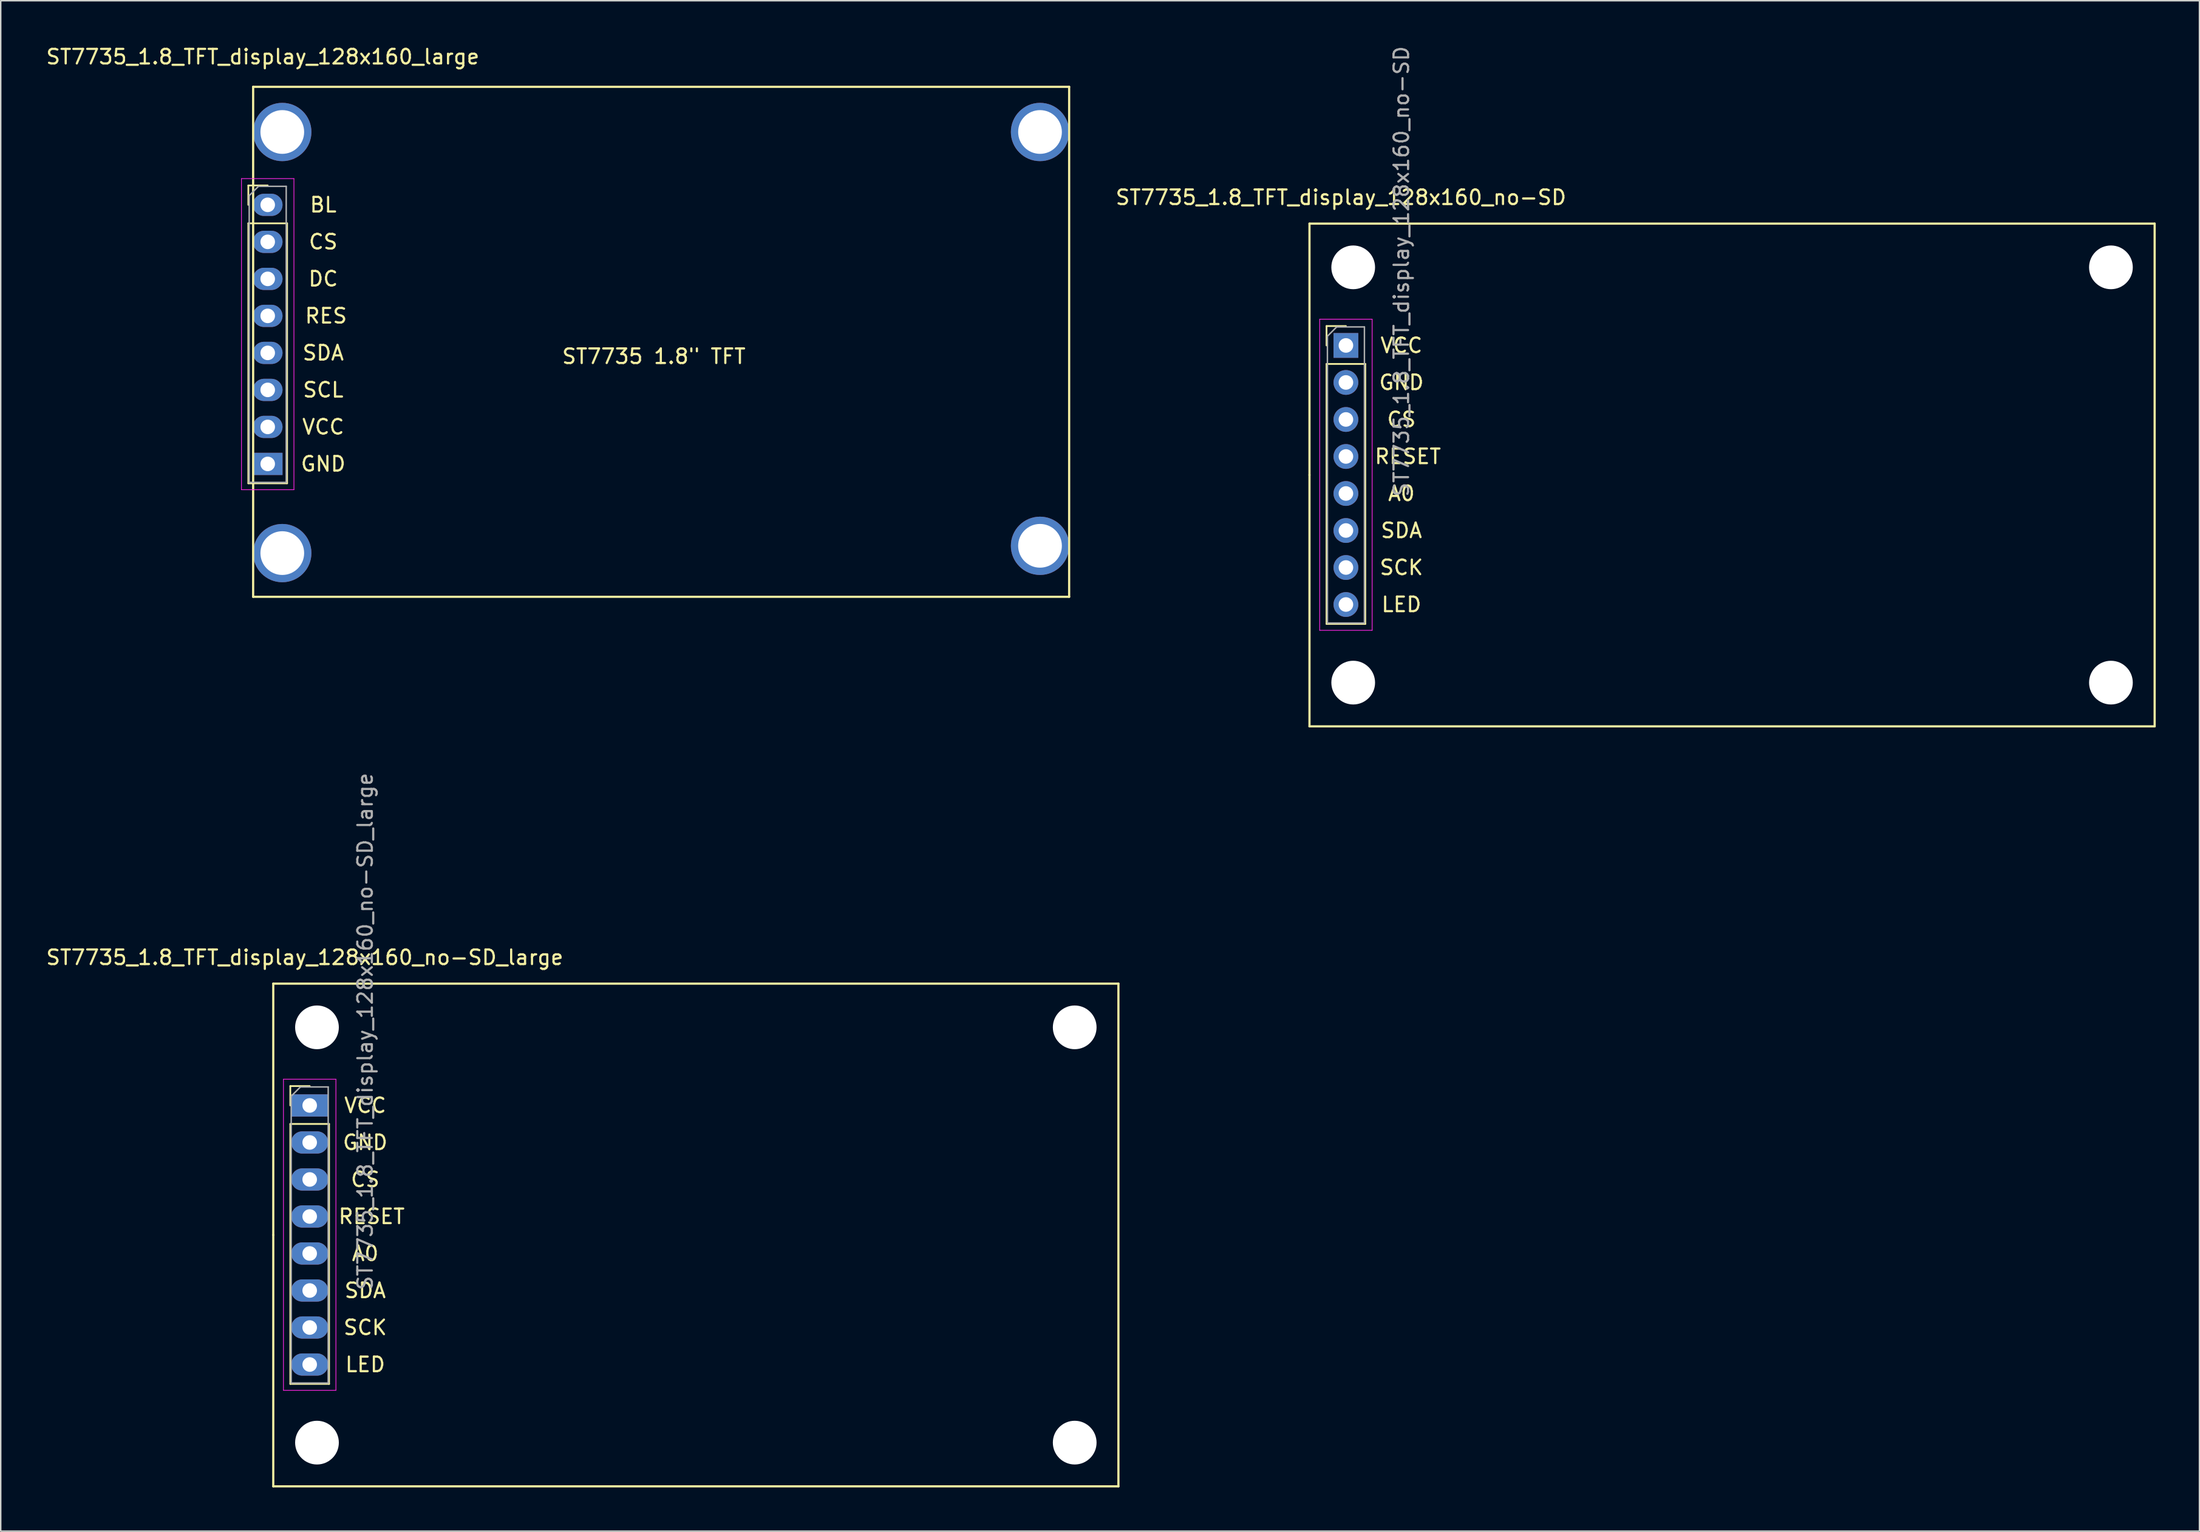
<source format=kicad_pcb>
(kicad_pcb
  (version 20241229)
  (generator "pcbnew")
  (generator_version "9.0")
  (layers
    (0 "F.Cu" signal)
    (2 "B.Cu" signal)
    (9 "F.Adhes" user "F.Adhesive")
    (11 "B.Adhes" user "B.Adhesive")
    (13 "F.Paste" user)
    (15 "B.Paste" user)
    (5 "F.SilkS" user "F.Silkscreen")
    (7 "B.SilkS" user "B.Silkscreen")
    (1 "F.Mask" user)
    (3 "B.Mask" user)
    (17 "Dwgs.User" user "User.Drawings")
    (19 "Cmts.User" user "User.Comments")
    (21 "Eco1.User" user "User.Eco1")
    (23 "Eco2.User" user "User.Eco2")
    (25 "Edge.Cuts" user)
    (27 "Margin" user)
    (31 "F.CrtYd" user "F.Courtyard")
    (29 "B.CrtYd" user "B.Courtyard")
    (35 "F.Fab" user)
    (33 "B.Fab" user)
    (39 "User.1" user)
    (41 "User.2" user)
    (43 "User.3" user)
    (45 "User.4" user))
  (footprint "ST7735_1.8_TFT_display_128x160_large"
    (layer "F.Cu")
    (at 15.322 11.008)
    (property "Reference" "ST7735_1.8_TFT_display_128x160_large" (at -0.34 -10.16 0) (layer "F.SilkS") (effects (font (size 1 1) (thickness 0.15))))
    (attr through_hole)
    (fp_line (start -1.33 -1.33) (end 0 -1.33) (stroke (width 0.12) (type solid)) (layer "F.SilkS"))
    (fp_line (start -1.33 0) (end -1.33 -1.33) (stroke (width 0.12) (type solid)) (layer "F.SilkS"))
    (fp_line (start -1.33 1.27) (end -1.33 19.11) (stroke (width 0.12) (type solid)) (layer "F.SilkS"))
    (fp_line (start -1.33 1.27) (end 1.33 1.27) (stroke (width 0.12) (type solid)) (layer "F.SilkS"))
    (fp_line (start -1.33 19.11) (end 1.33 19.11) (stroke (width 0.12) (type solid)) (layer "F.SilkS"))
    (fp_line (start -1 -8.1) (end -1 26.9) (stroke (width 0.15) (type solid)) (layer "F.SilkS"))
    (fp_line (start -1 -8.1) (end 55 -8.1) (stroke (width 0.15) (type solid)) (layer "F.SilkS"))
    (fp_line (start 1.33 1.27) (end 1.33 19.11) (stroke (width 0.12) (type solid)) (layer "F.SilkS"))
    (fp_line (start 55 -8.1) (end 55 26.9) (stroke (width 0.15) (type solid)) (layer "F.SilkS"))
    (fp_line (start 55 26.9) (end -1 26.9) (stroke (width 0.15) (type solid)) (layer "F.SilkS"))
    (fp_line (start -1.8 -1.8) (end -1.8 19.55) (stroke (width 0.05) (type solid)) (layer "F.CrtYd"))
    (fp_line (start -1.8 19.55) (end 1.8 19.55) (stroke (width 0.05) (type solid)) (layer "F.CrtYd"))
    (fp_line (start 1.8 -1.8) (end -1.8 -1.8) (stroke (width 0.05) (type solid)) (layer "F.CrtYd"))
    (fp_line (start 1.8 19.55) (end 1.8 -1.8) (stroke (width 0.05) (type solid)) (layer "F.CrtYd"))
    (fp_line (start -1.27 -0.635) (end -0.635 -1.27) (stroke (width 0.1) (type solid)) (layer "F.Fab"))
    (fp_line (start -1.27 19.05) (end -1.27 -0.635) (stroke (width 0.1) (type solid)) (layer "F.Fab"))
    (fp_line (start -0.635 -1.27) (end 1.27 -1.27) (stroke (width 0.1) (type solid)) (layer "F.Fab"))
    (fp_line (start 1.27 -1.27) (end 1.27 19.05) (stroke (width 0.1) (type solid)) (layer "F.Fab"))
    (fp_line (start 1.27 19.05) (end -1.27 19.05) (stroke (width 0.1) (type solid)) (layer "F.Fab"))
    (fp_text user "RES" (at 4 7.62 0) (layer "F.SilkS") (effects (font (size 1 1) (thickness 0.15))))
    (fp_text user "ST7735 1.8\" TFT" (at 26.5 10.4 0) (unlocked yes) (layer "F.SilkS") (effects (font (size 1 1) (thickness 0.15))))
    (fp_text user "SDA" (at 3.81 10.16 0) (layer "F.SilkS") (effects (font (size 1 1) (thickness 0.15))))
    (fp_text user "DC" (at 3.81 5.08 0) (layer "F.SilkS") (effects (font (size 1 1) (thickness 0.15))))
    (fp_text user "CS" (at 3.81 2.54 0) (layer "F.SilkS") (effects (font (size 1 1) (thickness 0.15))))
    (fp_text user "SCL" (at 3.81 12.7 0) (layer "F.SilkS") (effects (font (size 1 1) (thickness 0.15))))
    (fp_text user "VCC" (at 3.81 15.24 0) (layer "F.SilkS") (effects (font (size 1 1) (thickness 0.15))))
    (fp_text user "BL" (at 3.81 0 0) (layer "F.SilkS") (effects (font (size 1 1) (thickness 0.15))))
    (fp_text user "GND" (at 3.81 17.78 0) (layer "F.SilkS") (effects (font (size 1 1) (thickness 0.15))))
    (pad "" np_thru_hole circle (at 1 -5) (size 4 4) (drill 3) (layers "*.Cu" "*.Mask"))
    (pad "" np_thru_hole circle (at 1 23.9) (size 4 4) (drill 3) (layers "*.Cu" "*.Mask"))
    (pad "" np_thru_hole circle (at 53 -5) (size 4 4) (drill 3) (layers "*.Cu" "*.Mask"))
    (pad "" np_thru_hole circle (at 53 23.4) (size 4 4) (drill 3) (layers "*.Cu" "*.Mask"))
    (pad "1" thru_hole rect (at 0 17.78) (size 2.032 1.524) (drill 1) (layers "*.Cu" "*.Mask"))
    (pad "2" thru_hole oval (at 0 15.24) (size 2.032 1.524) (drill 1) (layers "*.Cu" "*.Mask"))
    (pad "3" thru_hole oval (at 0 12.7) (size 2.032 1.524) (drill 1) (layers "*.Cu" "*.Mask"))
    (pad "4" thru_hole oval (at 0 10.16) (size 2.032 1.524) (drill 1) (layers "*.Cu" "*.Mask"))
    (pad "5" thru_hole oval (at 0 7.62) (size 2.032 1.524) (drill 1) (layers "*.Cu" "*.Mask"))
    (pad "6" thru_hole oval (at 0 5.08) (size 2.032 1.524) (drill 1) (layers "*.Cu" "*.Mask"))
    (pad "7" thru_hole oval (at 0 2.54) (size 2.032 1.524) (drill 1) (layers "*.Cu" "*.Mask"))
    (pad "8" thru_hole oval (at 0 0) (size 2.032 1.524) (drill 1) (layers "*.Cu" "*.Mask")))
  (footprint "ST7735_1.8_TFT_display_128x160_no-SD"
    (layer "F.Cu")
    (at 89.315 20.657)
    (property "Reference" "ST7735_1.8_TFT_display_128x160_no-SD" (at -0.34 -10.16 0) (layer "F.SilkS") (effects (font (size 1 1) (thickness 0.15))))
    (attr through_hole)
    (fp_line (start -2.5 8.89) (end -2.5 -8.36) (stroke (width 0.15) (type solid)) (layer "F.SilkS"))
    (fp_line (start -2.5 8.89) (end -2.5 26.14) (stroke (width 0.15) (type solid)) (layer "F.SilkS"))
    (fp_line (start -2.5 26.14) (end 55.5 26.14) (stroke (width 0.15) (type solid)) (layer "F.SilkS"))
    (fp_line (start -1.33 -1.33) (end 0 -1.33) (stroke (width 0.12) (type solid)) (layer "F.SilkS"))
    (fp_line (start -1.33 0) (end -1.33 -1.33) (stroke (width 0.12) (type solid)) (layer "F.SilkS"))
    (fp_line (start -1.33 1.27) (end -1.33 19.11) (stroke (width 0.12) (type solid)) (layer "F.SilkS"))
    (fp_line (start -1.33 1.27) (end 1.33 1.27) (stroke (width 0.12) (type solid)) (layer "F.SilkS"))
    (fp_line (start -1.33 19.11) (end 1.33 19.11) (stroke (width 0.12) (type solid)) (layer "F.SilkS"))
    (fp_line (start 1.33 1.27) (end 1.33 19.11) (stroke (width 0.12) (type solid)) (layer "F.SilkS"))
    (fp_line (start 55.5 -8.36) (end -2.5 -8.36) (stroke (width 0.15) (type solid)) (layer "F.SilkS"))
    (fp_line (start 55.5 26.14) (end 55.5 -8.36) (stroke (width 0.15) (type solid)) (layer "F.SilkS"))
    (fp_line (start -1.8 -1.8) (end -1.8 19.55) (stroke (width 0.05) (type solid)) (layer "F.CrtYd"))
    (fp_line (start -1.8 19.55) (end 1.8 19.55) (stroke (width 0.05) (type solid)) (layer "F.CrtYd"))
    (fp_line (start 1.8 -1.8) (end -1.8 -1.8) (stroke (width 0.05) (type solid)) (layer "F.CrtYd"))
    (fp_line (start 1.8 19.55) (end 1.8 -1.8) (stroke (width 0.05) (type solid)) (layer "F.CrtYd"))
    (fp_line (start -1.27 -0.635) (end -0.635 -1.27) (stroke (width 0.1) (type solid)) (layer "F.Fab"))
    (fp_line (start -1.27 19.05) (end -1.27 -0.635) (stroke (width 0.1) (type solid)) (layer "F.Fab"))
    (fp_line (start -0.635 -1.27) (end 1.27 -1.27) (stroke (width 0.1) (type solid)) (layer "F.Fab"))
    (fp_line (start 1.27 -1.27) (end 1.27 19.05) (stroke (width 0.1) (type solid)) (layer "F.Fab"))
    (fp_line (start 1.27 19.05) (end -1.27 19.05) (stroke (width 0.1) (type solid)) (layer "F.Fab"))
    (fp_text user "SDA" (at 3.81 12.7 0) (layer "F.SilkS") (effects (font (size 1 1) (thickness 0.15))))
    (fp_text user "SCK" (at 3.81 15.24 0) (layer "F.SilkS") (effects (font (size 1 1) (thickness 0.15))))
    (fp_text user "RESET" (at 4.25 7.62 0) (layer "F.SilkS") (effects (font (size 1 1) (thickness 0.15))))
    (fp_text user "CS" (at 3.81 5.08 0) (layer "F.SilkS") (effects (font (size 1 1) (thickness 0.15))))
    (fp_text user "LED" (at 3.81 17.78 0) (layer "F.SilkS") (effects (font (size 1 1) (thickness 0.15))))
    (fp_text user "A0" (at 3.81 10.16 0) (layer "F.SilkS") (effects (font (size 1 1) (thickness 0.15))))
    (fp_text user "GND" (at 3.81 2.54 0) (layer "F.SilkS") (effects (font (size 1 1) (thickness 0.15))))
    (fp_text user "VCC" (at 3.81 0 0) (layer "F.SilkS") (effects (font (size 1 1) (thickness 0.15))))
    (fp_text user "${REFERENCE}" (at 3.81 -5.08 90) (layer "F.Fab") (effects (font (size 1 1) (thickness 0.15))))
    (pad "" np_thru_hole oval (at 0.5 -5.36) (size 3 3) (drill 3) (layers "*.Cu" "*.Mask"))
    (pad "" np_thru_hole oval (at 0.5 23.14) (size 3 3) (drill 3) (layers "*.Cu" "*.Mask"))
    (pad "" np_thru_hole oval (at 52.5 -5.36) (size 3 3) (drill 3) (layers "*.Cu" "*.Mask"))
    (pad "" np_thru_hole oval (at 52.5 23.14) (size 3 3) (drill 3) (layers "*.Cu" "*.Mask"))
    (pad "1" thru_hole rect (at 0 0) (size 1.7 1.7) (drill 1) (layers "*.Cu" "*.Mask"))
    (pad "2" thru_hole oval (at 0 2.54) (size 1.7 1.7) (drill 1) (layers "*.Cu" "*.Mask"))
    (pad "3" thru_hole oval (at 0 5.08) (size 1.7 1.7) (drill 1) (layers "*.Cu" "*.Mask"))
    (pad "4" thru_hole oval (at 0 7.62) (size 1.7 1.7) (drill 1) (layers "*.Cu" "*.Mask"))
    (pad "5" thru_hole oval (at 0 10.16) (size 1.7 1.7) (drill 1) (layers "*.Cu" "*.Mask"))
    (pad "6" thru_hole oval (at 0 12.7) (size 1.7 1.7) (drill 1) (layers "*.Cu" "*.Mask"))
    (pad "7" thru_hole oval (at 0 15.24) (size 1.7 1.7) (drill 1) (layers "*.Cu" "*.Mask"))
    (pad "8" thru_hole oval (at 0 17.78) (size 1.7 1.7) (drill 1) (layers "*.Cu" "*.Mask")))
  (footprint "ST7735_1.8_TFT_display_128x160_no-SD_large"
    (layer "F.Cu")
    (at 18.203 72.815)
    (property "Reference" "ST7735_1.8_TFT_display_128x160_no-SD_large" (at -0.34 -10.16 0) (layer "F.SilkS") (effects (font (size 1 1) (thickness 0.15))))
    (attr through_hole)
    (fp_line (start -2.5 8.89) (end -2.5 -8.36) (stroke (width 0.15) (type solid)) (layer "F.SilkS"))
    (fp_line (start -2.5 8.89) (end -2.5 26.14) (stroke (width 0.15) (type solid)) (layer "F.SilkS"))
    (fp_line (start -2.5 26.14) (end 55.5 26.14) (stroke (width 0.15) (type solid)) (layer "F.SilkS"))
    (fp_line (start -1.33 -1.33) (end 0 -1.33) (stroke (width 0.12) (type solid)) (layer "F.SilkS"))
    (fp_line (start -1.33 0) (end -1.33 -1.33) (stroke (width 0.12) (type solid)) (layer "F.SilkS"))
    (fp_line (start -1.33 1.27) (end -1.33 19.11) (stroke (width 0.12) (type solid)) (layer "F.SilkS"))
    (fp_line (start -1.33 1.27) (end 1.33 1.27) (stroke (width 0.12) (type solid)) (layer "F.SilkS"))
    (fp_line (start -1.33 19.11) (end 1.33 19.11) (stroke (width 0.12) (type solid)) (layer "F.SilkS"))
    (fp_line (start 1.33 1.27) (end 1.33 19.11) (stroke (width 0.12) (type solid)) (layer "F.SilkS"))
    (fp_line (start 55.5 -8.36) (end -2.5 -8.36) (stroke (width 0.15) (type solid)) (layer "F.SilkS"))
    (fp_line (start 55.5 26.14) (end 55.5 -8.36) (stroke (width 0.15) (type solid)) (layer "F.SilkS"))
    (fp_line (start -1.8 -1.8) (end -1.8 19.55) (stroke (width 0.05) (type solid)) (layer "F.CrtYd"))
    (fp_line (start -1.8 19.55) (end 1.8 19.55) (stroke (width 0.05) (type solid)) (layer "F.CrtYd"))
    (fp_line (start 1.8 -1.8) (end -1.8 -1.8) (stroke (width 0.05) (type solid)) (layer "F.CrtYd"))
    (fp_line (start 1.8 19.55) (end 1.8 -1.8) (stroke (width 0.05) (type solid)) (layer "F.CrtYd"))
    (fp_line (start -1.27 -0.635) (end -0.635 -1.27) (stroke (width 0.1) (type solid)) (layer "F.Fab"))
    (fp_line (start -1.27 19.05) (end -1.27 -0.635) (stroke (width 0.1) (type solid)) (layer "F.Fab"))
    (fp_line (start -0.635 -1.27) (end 1.27 -1.27) (stroke (width 0.1) (type solid)) (layer "F.Fab"))
    (fp_line (start 1.27 -1.27) (end 1.27 19.05) (stroke (width 0.1) (type solid)) (layer "F.Fab"))
    (fp_line (start 1.27 19.05) (end -1.27 19.05) (stroke (width 0.1) (type solid)) (layer "F.Fab"))
    (fp_text user "GND" (at 3.81 2.54 0) (layer "F.SilkS") (effects (font (size 1 1) (thickness 0.15))))
    (fp_text user "VCC" (at 3.81 0 0) (layer "F.SilkS") (effects (font (size 1 1) (thickness 0.15))))
    (fp_text user "RESET" (at 4.25 7.62 0) (layer "F.SilkS") (effects (font (size 1 1) (thickness 0.15))))
    (fp_text user "LED" (at 3.81 17.78 0) (layer "F.SilkS") (effects (font (size 1 1) (thickness 0.15))))
    (fp_text user "CS" (at 3.81 5.08 0) (layer "F.SilkS") (effects (font (size 1 1) (thickness 0.15))))
    (fp_text user "SDA" (at 3.81 12.7 0) (layer "F.SilkS") (effects (font (size 1 1) (thickness 0.15))))
    (fp_text user "A0" (at 3.81 10.16 0) (layer "F.SilkS") (effects (font (size 1 1) (thickness 0.15))))
    (fp_text user "SCK" (at 3.81 15.24 0) (layer "F.SilkS") (effects (font (size 1 1) (thickness 0.15))))
    (fp_text user "${REFERENCE}" (at 3.81 -5.08 90) (layer "F.Fab") (effects (font (size 1 1) (thickness 0.15))))
    (pad "" np_thru_hole circle (at 0.5 -5.36) (size 3 3) (drill 3) (layers "*.Cu" "*.Mask"))
    (pad "" np_thru_hole circle (at 0.5 23.14) (size 3 3) (drill 3) (layers "*.Cu" "*.Mask"))
    (pad "" np_thru_hole circle (at 52.5 -5.36) (size 3 3) (drill 3) (layers "*.Cu" "*.Mask"))
    (pad "" np_thru_hole circle (at 52.5 23.14) (size 3 3) (drill 3) (layers "*.Cu" "*.Mask"))
    (pad "1" thru_hole rect (at 0 0) (size 2.54 1.524) (drill 1) (layers "*.Cu" "*.Mask"))
    (pad "2" thru_hole oval (at 0 2.54) (size 2.54 1.524) (drill 1) (layers "*.Cu" "*.Mask"))
    (pad "3" thru_hole oval (at 0 5.08) (size 2.54 1.524) (drill 1) (layers "*.Cu" "*.Mask"))
    (pad "4" thru_hole oval (at 0 7.62) (size 2.54 1.524) (drill 1) (layers "*.Cu" "*.Mask"))
    (pad "5" thru_hole oval (at 0 10.16) (size 2.54 1.524) (drill 1) (layers "*.Cu" "*.Mask"))
    (pad "6" thru_hole oval (at 0 12.7) (size 2.54 1.524) (drill 1) (layers "*.Cu" "*.Mask"))
    (pad "7" thru_hole oval (at 0 15.24) (size 2.54 1.524) (drill 1) (layers "*.Cu" "*.Mask"))
    (pad "8" thru_hole oval (at 0 17.78) (size 2.54 1.524) (drill 1) (layers "*.Cu" "*.Mask")))
  (gr_rect
    (start -3 -3)
    (end 147.89 102.03)
    (stroke (width 0.1) (type default))
    (fill no)
    (layer "Edge.Cuts")))
</source>
